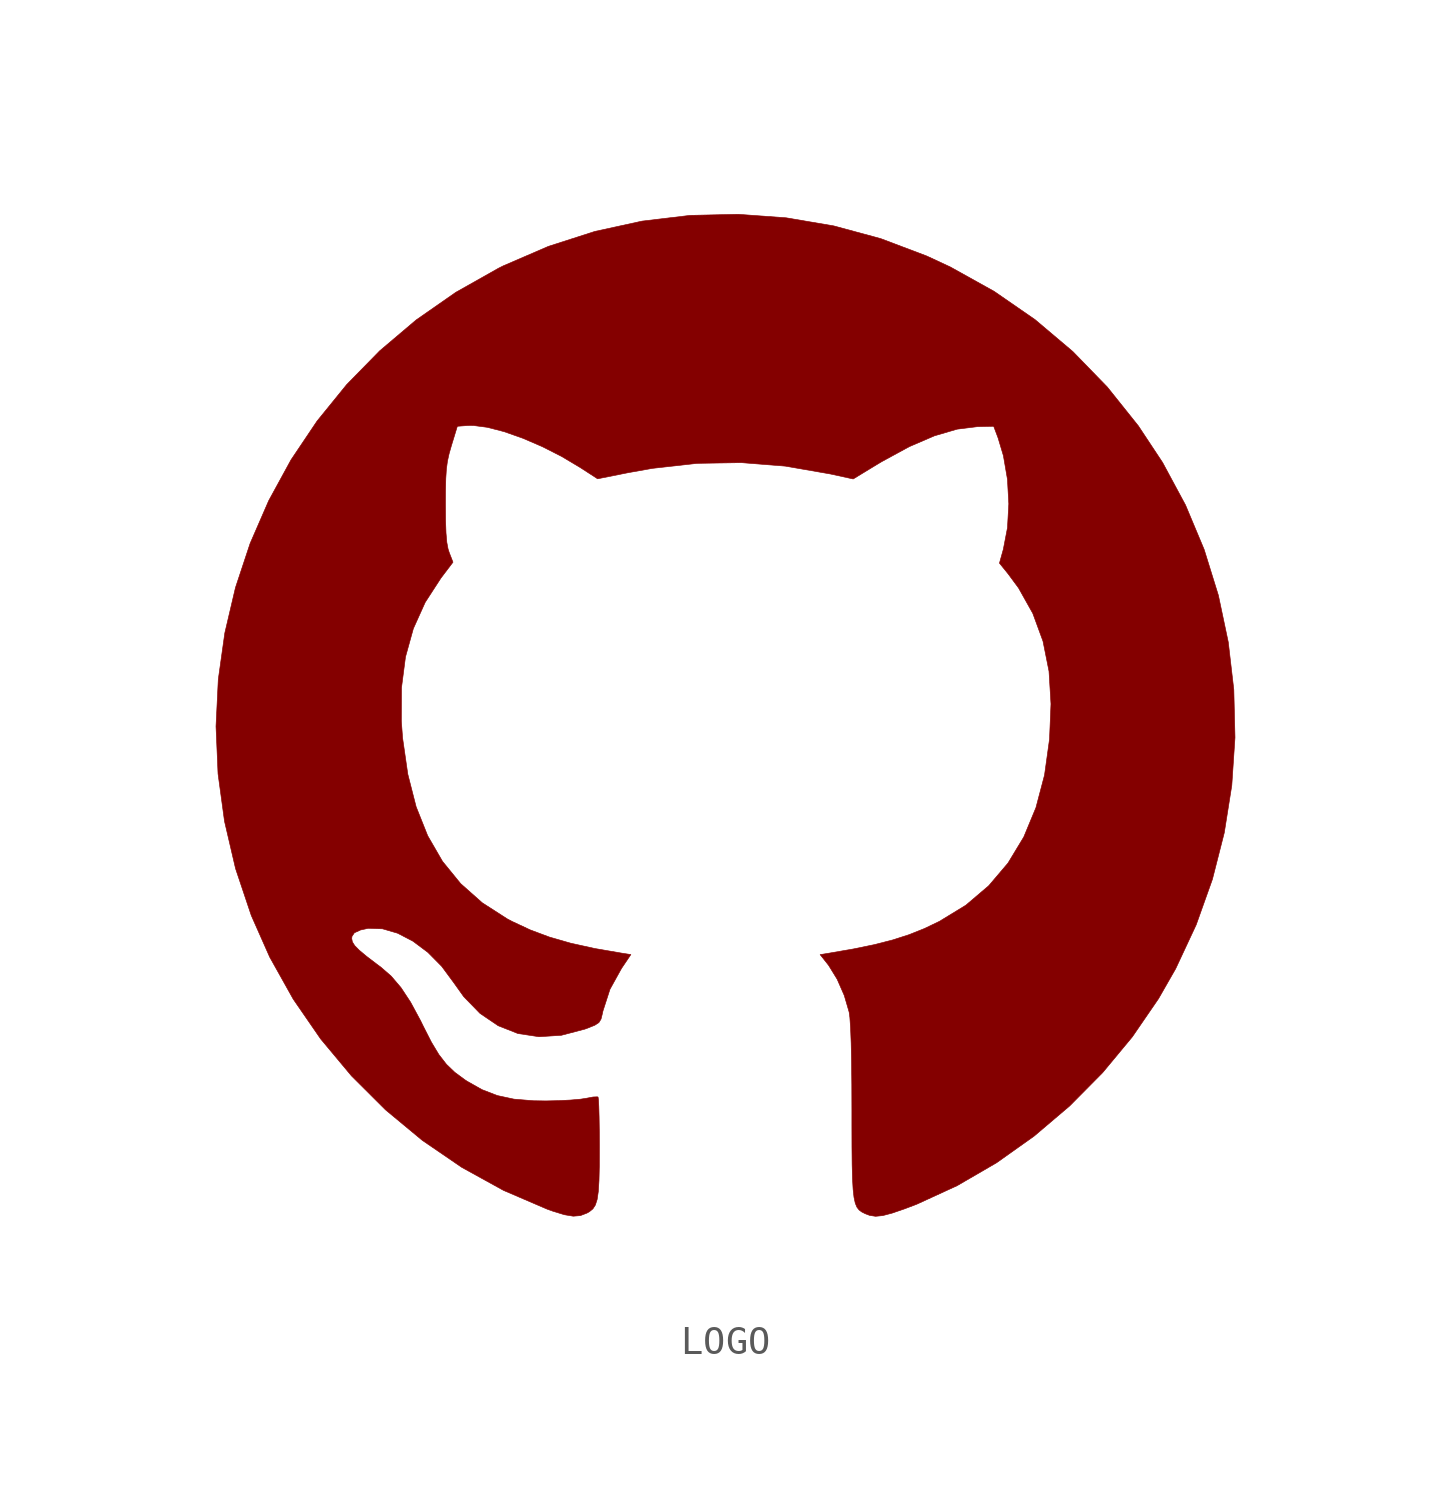
<source format=kicad_sym>
(kicad_symbol_lib
  (version 20220914)
  (generator "bitmap2component")
  (generator_version "8.0")
  (symbol "LOGO"
    (pin_names
      (offset 1.016))
    (property "Reference" "#G"
      (at 0 23.072 0)
      (effects (font (size 1.27 1.27)) hide))
    (symbol "LOGO_0_0"
      (polyline (pts (xy 5.476 -17.492) (xy 5.799 -17.407) (xy 6.237 -17.257) (xy 6.664 -17.095) (xy 8.073 -16.448) (xy 9.444 -15.652) (xy 10.757 -14.72) (xy 11.996 -13.668) (xy 13.144 -12.509) (xy 14.182 -11.258) (xy 15.094 -9.929) (xy 15.693 -8.882) (xy 16.409 -7.349) (xy 16.974 -5.764) (xy 17.388 -4.139) (xy 17.65 -2.487) (xy 17.761 -0.821) (xy 17.72 0.847) (xy 17.527 2.504) (xy 17.182 4.137) (xy 16.686 5.735) (xy 16.037 7.283) (xy 15.236 8.77) (xy 14.391 10.047) (xy 13.307 11.403) (xy 12.106 12.639) (xy 10.79 13.751) (xy 9.366 14.735) (xy 7.836 15.587) (xy 7.005 15.973) (xy 5.406 16.577) (xy 3.77 17.02) (xy 2.11 17.302) (xy 0.435 17.424) (xy -1.243 17.386) (xy -2.912 17.187) (xy -4.561 16.827) (xy -6.179 16.307) (xy -7.756 15.626) (xy -7.918 15.545) (xy -9.41 14.703) (xy -10.792 13.74) (xy -12.062 12.664) (xy -13.215 11.486) (xy -14.247 10.215) (xy -15.155 8.863) (xy -15.934 7.437) (xy -16.581 5.949) (xy -17.092 4.408) (xy -17.464 2.824) (xy -17.691 1.207) (xy -17.771 -0.433) (xy -17.7 -2.086) (xy -17.474 -3.743) (xy -17.089 -5.393) (xy -16.541 -7.027) (xy -15.898 -8.478) (xy -15.077 -9.946) (xy -14.123 -11.33) (xy -13.048 -12.619) (xy -11.861 -13.803) (xy -10.575 -14.87) (xy -9.199 -15.811) (xy -7.745 -16.613) (xy -6.223 -17.267) (xy -6.028 -17.337) (xy -5.623 -17.461) (xy -5.314 -17.512) (xy -5.066 -17.492) (xy -4.838 -17.405) (xy -4.747 -17.353) (xy -4.63 -17.257) (xy -4.543 -17.123) (xy -4.481 -16.929) (xy -4.441 -16.655) (xy -4.417 -16.277) (xy -4.405 -15.774) (xy -4.403 -15.123) (xy -4.403 -15.006) (xy -4.406 -14.494) (xy -4.413 -14.048) (xy -4.423 -13.692) (xy -4.435 -13.454) (xy -4.449 -13.359) (xy -4.474 -13.35) (xy -4.624 -13.356) (xy -4.851 -13.399) (xy -5.062 -13.432) (xy -5.404 -13.462) (xy -5.821 -13.483) (xy -6.265 -13.493) (xy -6.7 -13.487) (xy -7.379 -13.431) (xy -7.964 -13.305) (xy -8.497 -13.099) (xy -9.021 -12.803) (xy -9.096 -12.753) (xy -9.447 -12.494) (xy -9.739 -12.213) (xy -10 -11.876) (xy -10.258 -11.448) (xy -10.541 -10.893) (xy -10.639 -10.693) (xy -10.986 -10.05) (xy -11.321 -9.542) (xy -11.661 -9.143) (xy -12.023 -8.828) (xy -12.145 -8.738) (xy -12.518 -8.454) (xy -12.774 -8.24) (xy -12.934 -8.078) (xy -13.016 -7.949) (xy -13.039 -7.833) (xy -13.031 -7.757) (xy -12.946 -7.63) (xy -12.732 -7.532) (xy -12.46 -7.473) (xy -11.964 -7.491) (xy -11.438 -7.645) (xy -10.904 -7.923) (xy -10.384 -8.312) (xy -9.902 -8.799) (xy -9.479 -9.372) (xy -9.131 -9.86) (xy -8.564 -10.442) (xy -7.933 -10.87) (xy -7.246 -11.142) (xy -6.508 -11.254) (xy -5.728 -11.204) (xy -4.912 -10.99) (xy -4.813 -10.954) (xy -4.562 -10.853) (xy -4.42 -10.76) (xy -4.346 -10.64) (xy -4.3 -10.456) (xy -4.281 -10.365) (xy -4.034 -9.6) (xy -3.631 -8.872) (xy -3.305 -8.389) (xy -3.621 -8.34) (xy -4.569 -8.177) (xy -5.41 -7.991) (xy -6.148 -7.778) (xy -6.817 -7.528) (xy -7.451 -7.232) (xy -7.613 -7.146) (xy -8.487 -6.584) (xy -9.24 -5.916) (xy -9.874 -5.138) (xy -10.39 -4.246) (xy -10.793 -3.235) (xy -11.083 -2.101) (xy -11.265 -0.839) (xy -11.309 -0.246) (xy -11.303 0.919) (xy -11.164 1.99) (xy -10.89 2.977) (xy -10.478 3.891) (xy -9.926 4.742) (xy -9.508 5.293) (xy -9.64 5.631) (xy -9.679 5.752) (xy -9.723 5.986) (xy -9.751 6.308) (xy -9.767 6.745) (xy -9.771 7.324) (xy -9.769 7.777) (xy -9.759 8.206) (xy -9.738 8.538) (xy -9.701 8.814) (xy -9.644 9.073) (xy -9.563 9.356) (xy -9.356 10.033) (xy -8.992 10.059) (xy -8.803 10.061) (xy -8.307 9.996) (xy -7.721 9.844) (xy -7.075 9.616) (xy -6.399 9.325) (xy -5.722 8.982) (xy -5.076 8.597) (xy -4.465 8.201) (xy -3.396 8.415) (xy -2.554 8.565) (xy -0.987 8.74) (xy 0.547 8.765) (xy 2.08 8.643) (xy 3.642 8.371) (xy 4.448 8.195) (xy 5.251 8.684) (xy 5.441 8.798) (xy 6.404 9.322) (xy 7.282 9.7) (xy 8.075 9.932) (xy 8.783 10.02) (xy 9.347 10.033) (xy 9.501 9.623) (xy 9.686 9.005) (xy 9.827 8.183) (xy 9.874 7.327) (xy 9.828 6.494) (xy 9.683 5.741) (xy 9.548 5.259) (xy 9.844 4.894) (xy 10.213 4.395) (xy 10.712 3.505) (xy 11.066 2.539) (xy 11.276 1.49) (xy 11.345 0.35) (xy 11.294 -0.879) (xy 11.12 -2.13) (xy 10.82 -3.267) (xy 10.396 -4.289) (xy 9.847 -5.197) (xy 9.174 -5.989) (xy 8.376 -6.668) (xy 7.454 -7.231) (xy 6.931 -7.482) (xy 6.401 -7.694) (xy 5.833 -7.877) (xy 5.195 -8.041) (xy 4.452 -8.194) (xy 3.574 -8.346) (xy 3.295 -8.391) (xy 3.554 -8.718) (xy 3.596 -8.773) (xy 3.889 -9.25) (xy 4.137 -9.816) (xy 4.307 -10.397) (xy 4.332 -10.585) (xy 4.357 -10.953) (xy 4.377 -11.472) (xy 4.391 -12.135) (xy 4.4 -12.931) (xy 4.403 -13.851) (xy 4.403 -14.351) (xy 4.405 -15.105) (xy 4.411 -15.717) (xy 4.424 -16.201) (xy 4.445 -16.575) (xy 4.476 -16.855) (xy 4.52 -17.058) (xy 4.579 -17.2) (xy 4.655 -17.297) (xy 4.75 -17.367) (xy 4.866 -17.425) (xy 5.024 -17.485) (xy 5.23 -17.516) (xy 5.476 -17.492)) (stroke (width 0.01) (type default)) (fill (type outline))))))
</source>
